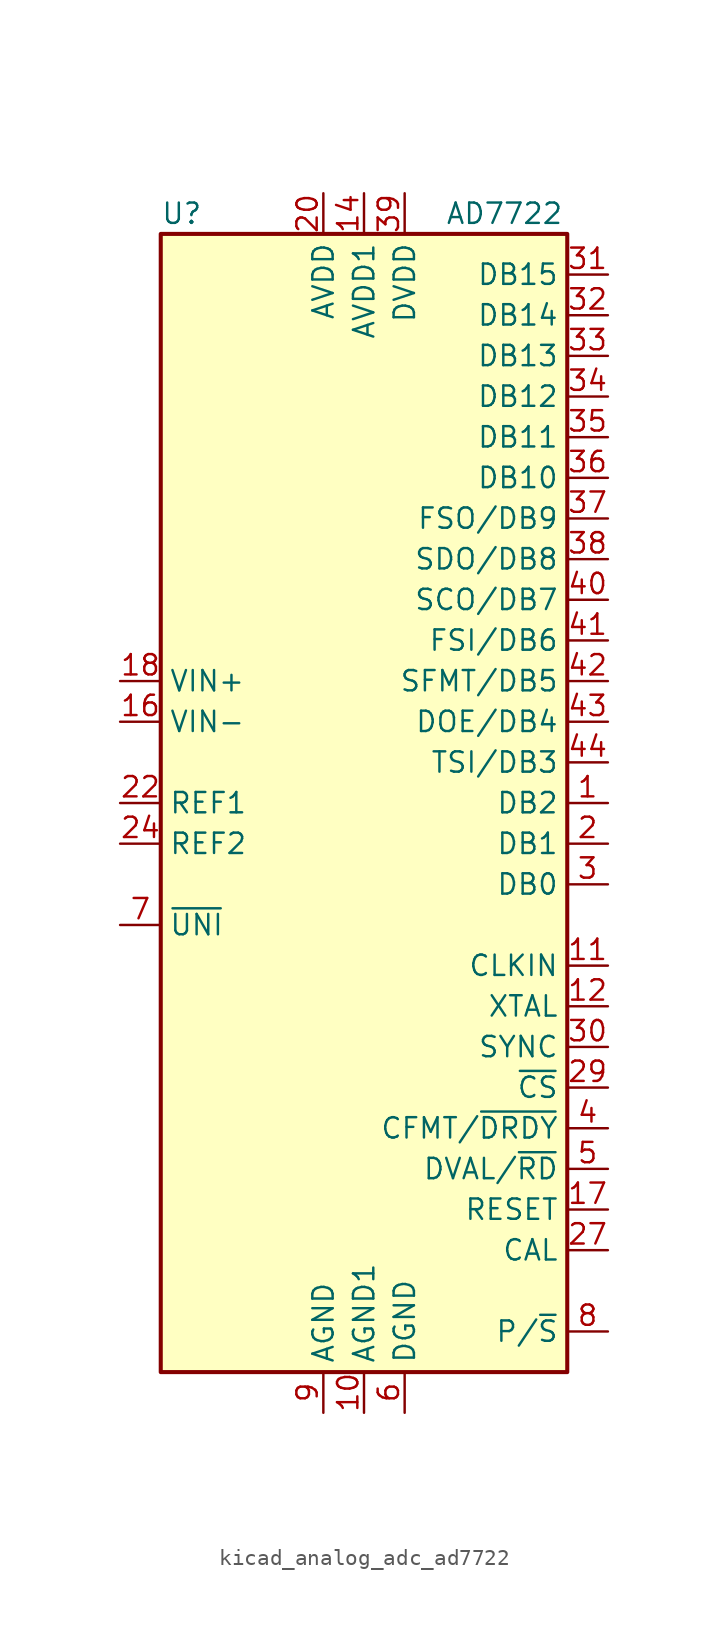
<source format=kicad_sym>
(kicad_symbol_lib
  (version 20220914)
  (generator kicad_symbol_editor)
  (symbol "kicad_analog_adc_ad7722"
    (property "Reference" "U"
      (at -12.7 36.83 0)
      (effects (font (size 1.27 1.27)) (justify left)))
    (property "Value" "AD7722"
      (at 5.08 36.83 0)
      (effects (font (size 1.27 1.27)) (justify left)))
    (symbol "kicad_analog_adc_ad7722_0_1"
      (rectangle (start -12.7 35.56) (end 12.7 -35.56) (stroke (width 0.254) (type default)) (fill (type background))))
    (symbol "kicad_analog_adc_ad7722_1_1"
      (pin input line (at 15.24 0 180) (length 2.54) (name "DB2" (effects (font (size 1.27 1.27)))) (number "1" (effects (font (size 1.27 1.27)))))
      (pin power_in line (at 0 -38.1 90) (length 2.54) (name "AGND1" (effects (font (size 1.27 1.27)))) (number "10" (effects (font (size 1.27 1.27)))))
      (pin input line (at 15.24 -10.16 180) (length 2.54) (name "CLKIN" (effects (font (size 1.27 1.27)))) (number "11" (effects (font (size 1.27 1.27)))))
      (pin output line (at 15.24 -12.7 180) (length 2.54) (name "XTAL" (effects (font (size 1.27 1.27)))) (number "12" (effects (font (size 1.27 1.27)))))
      (pin passive line (at -2.54 -38.1 90) (length 2.54) hide (name "AGND" (effects (font (size 1.27 1.27)))) (number "13" (effects (font (size 1.27 1.27)))))
      (pin power_in line (at 0 38.1 270) (length 2.54) (name "AVDD1" (effects (font (size 1.27 1.27)))) (number "14" (effects (font (size 1.27 1.27)))))
      (pin passive line (at -2.54 -38.1 90) (length 2.54) hide (name "AGND" (effects (font (size 1.27 1.27)))) (number "15" (effects (font (size 1.27 1.27)))))
      (pin input line (at -15.24 5.08 0) (length 2.54) (name "VIN-" (effects (font (size 1.27 1.27)))) (number "16" (effects (font (size 1.27 1.27)))))
      (pin input line (at 15.24 -25.4 180) (length 2.54) (name "RESET" (effects (font (size 1.27 1.27)))) (number "17" (effects (font (size 1.27 1.27)))))
      (pin input line (at -15.24 7.62 0) (length 2.54) (name "VIN+" (effects (font (size 1.27 1.27)))) (number "18" (effects (font (size 1.27 1.27)))))
      (pin passive line (at -2.54 -38.1 90) (length 2.54) hide (name "AGND" (effects (font (size 1.27 1.27)))) (number "19" (effects (font (size 1.27 1.27)))))
      (pin input line (at 15.24 -2.54 180) (length 2.54) (name "DB1" (effects (font (size 1.27 1.27)))) (number "2" (effects (font (size 1.27 1.27)))))
      (pin power_in line (at -2.54 38.1 270) (length 2.54) (name "AVDD" (effects (font (size 1.27 1.27)))) (number "20" (effects (font (size 1.27 1.27)))))
      (pin passive line (at -2.54 -38.1 90) (length 2.54) hide (name "AGND" (effects (font (size 1.27 1.27)))) (number "21" (effects (font (size 1.27 1.27)))))
      (pin power_out line (at -15.24 0 0) (length 2.54) (name "REF1" (effects (font (size 1.27 1.27)))) (number "22" (effects (font (size 1.27 1.27)))))
      (pin passive line (at -2.54 38.1 270) (length 2.54) hide (name "AVDD" (effects (font (size 1.27 1.27)))) (number "23" (effects (font (size 1.27 1.27)))))
      (pin power_out line (at -15.24 -2.54 0) (length 2.54) (name "REF2" (effects (font (size 1.27 1.27)))) (number "24" (effects (font (size 1.27 1.27)))))
      (pin passive line (at -2.54 -38.1 90) (length 2.54) hide (name "AGND" (effects (font (size 1.27 1.27)))) (number "25" (effects (font (size 1.27 1.27)))))
      (pin passive line (at -2.54 -38.1 90) (length 2.54) hide (name "AGND" (effects (font (size 1.27 1.27)))) (number "26" (effects (font (size 1.27 1.27)))))
      (pin input line (at 15.24 -27.94 180) (length 2.54) (name "CAL" (effects (font (size 1.27 1.27)))) (number "27" (effects (font (size 1.27 1.27)))))
      (pin passive line (at 2.54 -38.1 90) (length 2.54) hide (name "DGND" (effects (font (size 1.27 1.27)))) (number "28" (effects (font (size 1.27 1.27)))))
      (pin input line (at 15.24 -17.78 180) (length 2.54) (name "~{CS}" (effects (font (size 1.27 1.27)))) (number "29" (effects (font (size 1.27 1.27)))))
      (pin input line (at 15.24 -5.08 180) (length 2.54) (name "DB0" (effects (font (size 1.27 1.27)))) (number "3" (effects (font (size 1.27 1.27)))))
      (pin input line (at 15.24 -15.24 180) (length 2.54) (name "SYNC" (effects (font (size 1.27 1.27)))) (number "30" (effects (font (size 1.27 1.27)))))
      (pin output line (at 15.24 33.02 180) (length 2.54) (name "DB15" (effects (font (size 1.27 1.27)))) (number "31" (effects (font (size 1.27 1.27)))))
      (pin output line (at 15.24 30.48 180) (length 2.54) (name "DB14" (effects (font (size 1.27 1.27)))) (number "32" (effects (font (size 1.27 1.27)))))
      (pin output line (at 15.24 27.94 180) (length 2.54) (name "DB13" (effects (font (size 1.27 1.27)))) (number "33" (effects (font (size 1.27 1.27)))))
      (pin output line (at 15.24 25.4 180) (length 2.54) (name "DB12" (effects (font (size 1.27 1.27)))) (number "34" (effects (font (size 1.27 1.27)))))
      (pin output line (at 15.24 22.86 180) (length 2.54) (name "DB11" (effects (font (size 1.27 1.27)))) (number "35" (effects (font (size 1.27 1.27)))))
      (pin output line (at 15.24 20.32 180) (length 2.54) (name "DB10" (effects (font (size 1.27 1.27)))) (number "36" (effects (font (size 1.27 1.27)))))
      (pin output line (at 15.24 17.78 180) (length 2.54) (name "FSO/DB9" (effects (font (size 1.27 1.27)))) (number "37" (effects (font (size 1.27 1.27)))))
      (pin output line (at 15.24 15.24 180) (length 2.54) (name "SDO/DB8" (effects (font (size 1.27 1.27)))) (number "38" (effects (font (size 1.27 1.27)))))
      (pin power_in line (at 2.54 38.1 270) (length 2.54) (name "DVDD" (effects (font (size 1.27 1.27)))) (number "39" (effects (font (size 1.27 1.27)))))
      (pin input line (at 15.24 -20.32 180) (length 2.54) (name "CFMT/~{DRDY}" (effects (font (size 1.27 1.27)))) (number "4" (effects (font (size 1.27 1.27)))))
      (pin input line (at 15.24 12.7 180) (length 2.54) (name "SCO/DB7" (effects (font (size 1.27 1.27)))) (number "40" (effects (font (size 1.27 1.27)))))
      (pin input line (at 15.24 10.16 180) (length 2.54) (name "FSI/DB6" (effects (font (size 1.27 1.27)))) (number "41" (effects (font (size 1.27 1.27)))))
      (pin input line (at 15.24 7.62 180) (length 2.54) (name "SFMT/DB5" (effects (font (size 1.27 1.27)))) (number "42" (effects (font (size 1.27 1.27)))))
      (pin input line (at 15.24 5.08 180) (length 2.54) (name "DOE/DB4" (effects (font (size 1.27 1.27)))) (number "43" (effects (font (size 1.27 1.27)))))
      (pin input line (at 15.24 2.54 180) (length 2.54) (name "TSI/DB3" (effects (font (size 1.27 1.27)))) (number "44" (effects (font (size 1.27 1.27)))))
      (pin input line (at 15.24 -22.86 180) (length 2.54) (name "DVAL/~{RD}" (effects (font (size 1.27 1.27)))) (number "5" (effects (font (size 1.27 1.27)))))
      (pin power_in line (at 2.54 -38.1 90) (length 2.54) (name "DGND" (effects (font (size 1.27 1.27)))) (number "6" (effects (font (size 1.27 1.27)))))
      (pin input line (at -15.24 -7.62 0) (length 2.54) (name "~{UNI}" (effects (font (size 1.27 1.27)))) (number "7" (effects (font (size 1.27 1.27)))))
      (pin input line (at 15.24 -33.02 180) (length 2.54) (name "P/~{S}" (effects (font (size 1.27 1.27)))) (number "8" (effects (font (size 1.27 1.27)))))
      (pin power_in line (at -2.54 -38.1 90) (length 2.54) (name "AGND" (effects (font (size 1.27 1.27)))) (number "9" (effects (font (size 1.27 1.27))))))))
</source>
